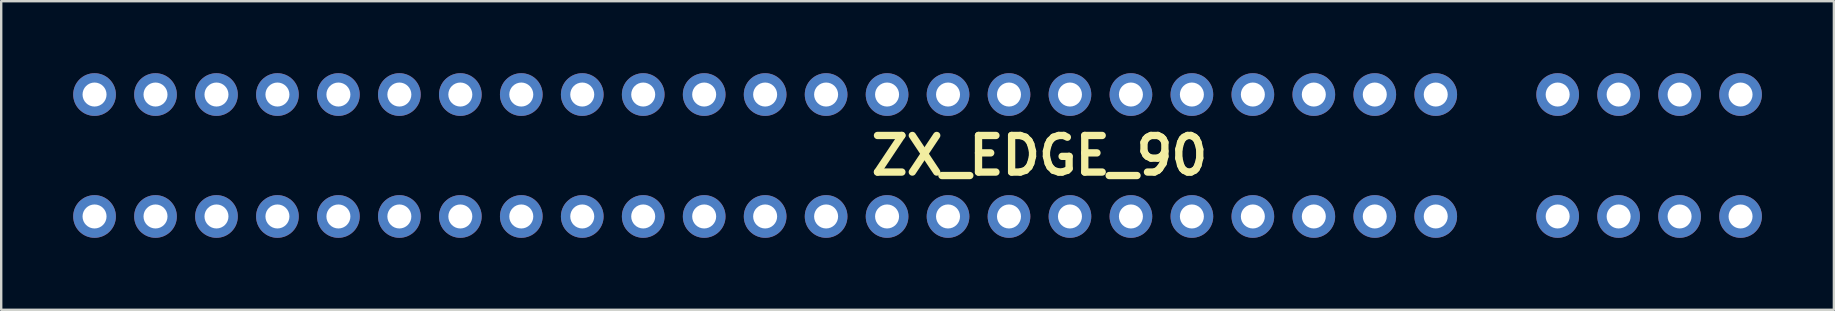
<source format=kicad_pcb>
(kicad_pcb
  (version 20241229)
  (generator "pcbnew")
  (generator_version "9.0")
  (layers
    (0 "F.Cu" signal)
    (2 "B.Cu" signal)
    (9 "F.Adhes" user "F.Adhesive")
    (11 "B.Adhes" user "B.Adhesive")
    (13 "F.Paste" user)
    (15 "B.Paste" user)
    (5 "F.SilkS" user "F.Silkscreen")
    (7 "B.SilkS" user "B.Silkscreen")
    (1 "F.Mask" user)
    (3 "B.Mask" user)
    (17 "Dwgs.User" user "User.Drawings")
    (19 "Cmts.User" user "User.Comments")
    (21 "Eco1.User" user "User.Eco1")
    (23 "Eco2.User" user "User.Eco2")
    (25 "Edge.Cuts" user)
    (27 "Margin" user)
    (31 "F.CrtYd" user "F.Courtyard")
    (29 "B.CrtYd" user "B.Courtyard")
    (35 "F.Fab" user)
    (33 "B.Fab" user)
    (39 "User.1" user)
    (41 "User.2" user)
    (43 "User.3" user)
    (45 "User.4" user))
  (footprint "ZX_EDGE_90"
    (layer "F.Cu")
    (at 33.909 3.429)
    (property "Reference" "ZX_EDGE_90" (at 6.35 0 0) (layer "F.SilkS") (effects (font (size 1.524 1.524) (thickness 0.305))))
    (attr through_hole)
    (pad "A1" thru_hole circle (at 35.56 2.54) (size 1.778 1.778) (drill 1) (layers "*.Cu" "*.Mask"))
    (pad "A2" thru_hole circle (at 33.02 2.54) (size 1.778 1.778) (drill 1) (layers "*.Cu" "*.Mask"))
    (pad "A3" thru_hole circle (at 30.48 2.54) (size 1.778 1.778) (drill 1) (layers "*.Cu" "*.Mask"))
    (pad "A4" thru_hole circle (at 27.94 2.54) (size 1.778 1.778) (drill 1) (layers "*.Cu" "*.Mask"))
    (pad "A6" thru_hole circle (at 22.86 2.54) (size 1.778 1.778) (drill 1) (layers "*.Cu" "*.Mask"))
    (pad "A7" thru_hole circle (at 20.32 2.54) (size 1.778 1.778) (drill 1) (layers "*.Cu" "*.Mask"))
    (pad "A8" thru_hole circle (at 17.78 2.54) (size 1.778 1.778) (drill 1) (layers "*.Cu" "*.Mask"))
    (pad "A9" thru_hole circle (at 15.24 2.54) (size 1.778 1.778) (drill 1) (layers "*.Cu" "*.Mask"))
    (pad "A10" thru_hole circle (at 12.7 2.54) (size 1.778 1.778) (drill 1) (layers "*.Cu" "*.Mask"))
    (pad "A11" thru_hole circle (at 10.16 2.54) (size 1.778 1.778) (drill 1) (layers "*.Cu" "*.Mask"))
    (pad "A12" thru_hole circle (at 7.62 2.54) (size 1.778 1.778) (drill 1) (layers "*.Cu" "*.Mask"))
    (pad "A13" thru_hole circle (at 5.08 2.54) (size 1.778 1.778) (drill 1) (layers "*.Cu" "*.Mask"))
    (pad "A14" thru_hole circle (at 2.54 2.54) (size 1.778 1.778) (drill 1) (layers "*.Cu" "*.Mask"))
    (pad "A15" thru_hole circle (at 0 2.54) (size 1.778 1.778) (drill 1) (layers "*.Cu" "*.Mask"))
    (pad "A16" thru_hole circle (at -2.54 2.54) (size 1.778 1.778) (drill 1) (layers "*.Cu" "*.Mask"))
    (pad "A17" thru_hole circle (at -5.08 2.54) (size 1.778 1.778) (drill 1) (layers "*.Cu" "*.Mask"))
    (pad "A18" thru_hole circle (at -7.62 2.54) (size 1.778 1.778) (drill 1) (layers "*.Cu" "*.Mask"))
    (pad "A19" thru_hole circle (at -10.16 2.54) (size 1.778 1.778) (drill 1) (layers "*.Cu" "*.Mask"))
    (pad "A20" thru_hole circle (at -12.7 2.54) (size 1.778 1.778) (drill 1) (layers "*.Cu" "*.Mask"))
    (pad "A21" thru_hole circle (at -15.24 2.54) (size 1.778 1.778) (drill 1) (layers "*.Cu" "*.Mask"))
    (pad "A22" thru_hole circle (at -17.78 2.54) (size 1.778 1.778) (drill 1) (layers "*.Cu" "*.Mask"))
    (pad "A23" thru_hole circle (at -20.32 2.54) (size 1.778 1.778) (drill 1) (layers "*.Cu" "*.Mask"))
    (pad "A24" thru_hole circle (at -22.86 2.54) (size 1.778 1.778) (drill 1) (layers "*.Cu" "*.Mask"))
    (pad "A25" thru_hole circle (at -25.4 2.54) (size 1.778 1.778) (drill 1) (layers "*.Cu" "*.Mask"))
    (pad "A26" thru_hole circle (at -27.94 2.54) (size 1.778 1.778) (drill 1) (layers "*.Cu" "*.Mask"))
    (pad "A27" thru_hole circle (at -30.48 2.54) (size 1.778 1.778) (drill 1) (layers "*.Cu" "*.Mask"))
    (pad "A28" thru_hole circle (at -33.02 2.54) (size 1.778 1.778) (drill 1) (layers "*.Cu" "*.Mask"))
    (pad "B1" thru_hole circle (at 35.56 -2.54) (size 1.778 1.778) (drill 1) (layers "*.Cu" "*.Mask"))
    (pad "B2" thru_hole circle (at 33.02 -2.54) (size 1.778 1.778) (drill 1) (layers "*.Cu" "*.Mask"))
    (pad "B3" thru_hole circle (at 30.48 -2.54) (size 1.778 1.778) (drill 1) (layers "*.Cu" "*.Mask"))
    (pad "B4" thru_hole circle (at 27.94 -2.54) (size 1.778 1.778) (drill 1) (layers "*.Cu" "*.Mask"))
    (pad "B6" thru_hole circle (at 22.86 -2.54) (size 1.778 1.778) (drill 1) (layers "*.Cu" "*.Mask"))
    (pad "B7" thru_hole circle (at 20.32 -2.54) (size 1.778 1.778) (drill 1) (layers "*.Cu" "*.Mask"))
    (pad "B8" thru_hole circle (at 17.78 -2.54) (size 1.778 1.778) (drill 1) (layers "*.Cu" "*.Mask"))
    (pad "B9" thru_hole circle (at 15.24 -2.54) (size 1.778 1.778) (drill 1) (layers "*.Cu" "*.Mask"))
    (pad "B10" thru_hole circle (at 12.7 -2.54) (size 1.778 1.778) (drill 1) (layers "*.Cu" "*.Mask"))
    (pad "B11" thru_hole circle (at 10.16 -2.54) (size 1.778 1.778) (drill 1) (layers "*.Cu" "*.Mask"))
    (pad "B12" thru_hole circle (at 7.62 -2.54) (size 1.778 1.778) (drill 1) (layers "*.Cu" "*.Mask"))
    (pad "B13" thru_hole circle (at 5.08 -2.54) (size 1.778 1.778) (drill 1) (layers "*.Cu" "*.Mask"))
    (pad "B14" thru_hole circle (at 2.54 -2.54) (size 1.778 1.778) (drill 1) (layers "*.Cu" "*.Mask"))
    (pad "B15" thru_hole circle (at 0 -2.54) (size 1.778 1.778) (drill 1) (layers "*.Cu" "*.Mask"))
    (pad "B16" thru_hole circle (at -2.54 -2.54) (size 1.778 1.778) (drill 1) (layers "*.Cu" "*.Mask"))
    (pad "B17" thru_hole circle (at -5.08 -2.54) (size 1.778 1.778) (drill 1) (layers "*.Cu" "*.Mask"))
    (pad "B18" thru_hole circle (at -7.62 -2.54) (size 1.778 1.778) (drill 1) (layers "*.Cu" "*.Mask"))
    (pad "B19" thru_hole circle (at -10.16 -2.54) (size 1.778 1.778) (drill 1) (layers "*.Cu" "*.Mask"))
    (pad "B20" thru_hole circle (at -12.7 -2.54) (size 1.778 1.778) (drill 1) (layers "*.Cu" "*.Mask"))
    (pad "B21" thru_hole circle (at -15.24 -2.54) (size 1.778 1.778) (drill 1) (layers "*.Cu" "*.Mask"))
    (pad "B22" thru_hole circle (at -17.78 -2.54) (size 1.778 1.778) (drill 1) (layers "*.Cu" "*.Mask"))
    (pad "B23" thru_hole circle (at -20.32 -2.54) (size 1.778 1.778) (drill 1) (layers "*.Cu" "*.Mask"))
    (pad "B24" thru_hole circle (at -22.86 -2.54) (size 1.778 1.778) (drill 1) (layers "*.Cu" "*.Mask"))
    (pad "B25" thru_hole circle (at -25.4 -2.54) (size 1.778 1.778) (drill 1) (layers "*.Cu" "*.Mask"))
    (pad "B26" thru_hole circle (at -27.94 -2.54) (size 1.778 1.778) (drill 1) (layers "*.Cu" "*.Mask"))
    (pad "B27" thru_hole circle (at -30.48 -2.54) (size 1.778 1.778) (drill 1) (layers "*.Cu" "*.Mask"))
    (pad "B28" thru_hole circle (at -33.02 -2.54) (size 1.778 1.778) (drill 1) (layers "*.Cu" "*.Mask")))
  (gr_rect
    (start -3 -3)
    (end 73.358 9.858)
    (stroke (width 0.1) (type default))
    (fill no)
    (layer "Edge.Cuts")))
</source>
